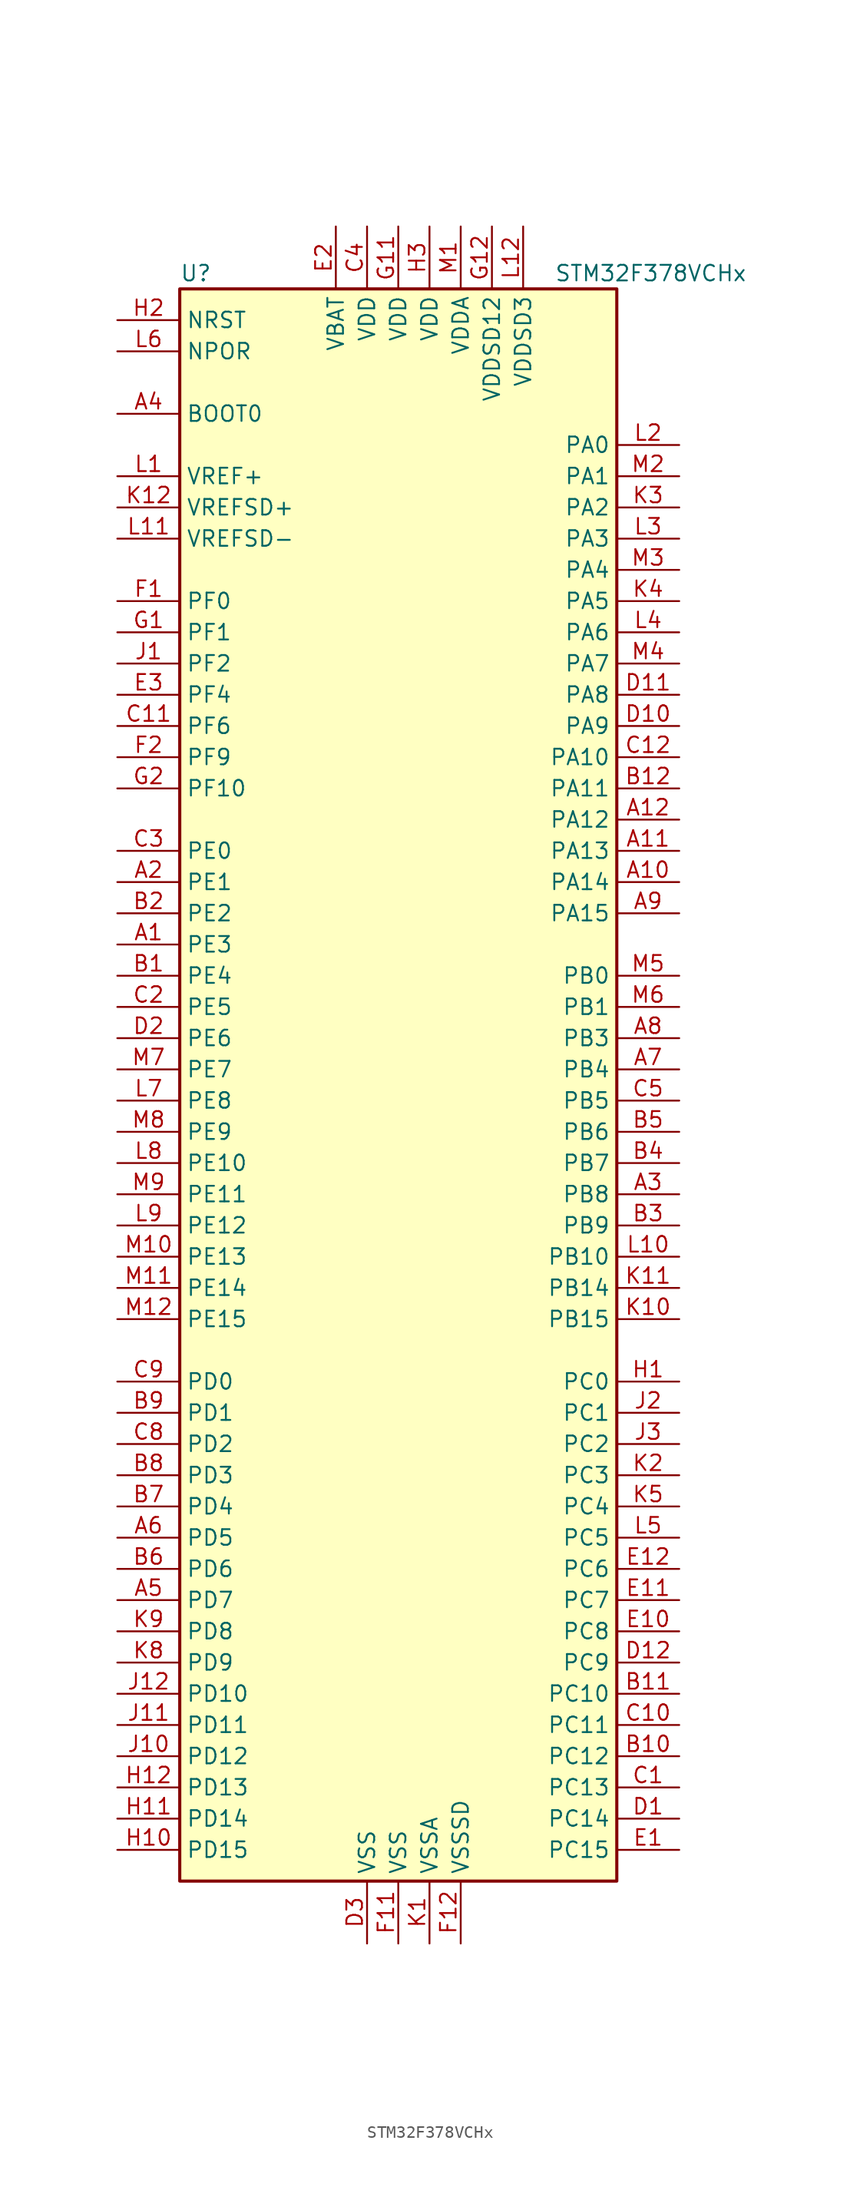
<source format=kicad_sym>
(kicad_symbol_lib
  (version 20201005)
  (generator kicad_symbol_editor)
  (symbol "MCU_ST_STM32F3:STM32F378VCHx"
    (property "Reference" "U"
      (at -17.78 64.77 0)
      (effects (font (size 1.27 1.27)) (justify left)))
    (property "Value" "STM32F378VCHx"
      (at 12.7 64.77 0)
      (effects (font (size 1.27 1.27)) (justify left)))
    (symbol "STM32F378VCHx_0_1"
      (rectangle (start -17.78 -66.04) (end 17.78 63.5) (stroke (width 0.254)) (fill (type background))))
    (symbol "STM32F378VCHx_1_1"
      (pin input line (at -22.86 53.34 0) (length 5.08) (name "BOOT0" (effects (font (size 1.27 1.27)))) (number "A4" (effects (font (size 1.27 1.27)))))
      (pin input line (at -22.86 58.42 0) (length 5.08) (name "NPOR" (effects (font (size 1.27 1.27)))) (number "L6" (effects (font (size 1.27 1.27)))))
      (pin input line (at -22.86 60.96 0) (length 5.08) (name "NRST" (effects (font (size 1.27 1.27)))) (number "H2" (effects (font (size 1.27 1.27)))))
      (pin bidirectional line (at 22.86 50.8 180) (length 5.08) (name "PA0" (effects (font (size 1.27 1.27)))) (number "L2" (effects (font (size 1.27 1.27)))))
      (pin bidirectional line (at 22.86 48.26 180) (length 5.08) (name "PA1" (effects (font (size 1.27 1.27)))) (number "M2" (effects (font (size 1.27 1.27)))))
      (pin bidirectional line (at 22.86 25.4 180) (length 5.08) (name "PA10" (effects (font (size 1.27 1.27)))) (number "C12" (effects (font (size 1.27 1.27)))))
      (pin bidirectional line (at 22.86 22.86 180) (length 5.08) (name "PA11" (effects (font (size 1.27 1.27)))) (number "B12" (effects (font (size 1.27 1.27)))))
      (pin bidirectional line (at 22.86 20.32 180) (length 5.08) (name "PA12" (effects (font (size 1.27 1.27)))) (number "A12" (effects (font (size 1.27 1.27)))))
      (pin bidirectional line (at 22.86 17.78 180) (length 5.08) (name "PA13" (effects (font (size 1.27 1.27)))) (number "A11" (effects (font (size 1.27 1.27)))))
      (pin bidirectional line (at 22.86 15.24 180) (length 5.08) (name "PA14" (effects (font (size 1.27 1.27)))) (number "A10" (effects (font (size 1.27 1.27)))))
      (pin bidirectional line (at 22.86 12.7 180) (length 5.08) (name "PA15" (effects (font (size 1.27 1.27)))) (number "A9" (effects (font (size 1.27 1.27)))))
      (pin bidirectional line (at 22.86 45.72 180) (length 5.08) (name "PA2" (effects (font (size 1.27 1.27)))) (number "K3" (effects (font (size 1.27 1.27)))))
      (pin bidirectional line (at 22.86 43.18 180) (length 5.08) (name "PA3" (effects (font (size 1.27 1.27)))) (number "L3" (effects (font (size 1.27 1.27)))))
      (pin bidirectional line (at 22.86 40.64 180) (length 5.08) (name "PA4" (effects (font (size 1.27 1.27)))) (number "M3" (effects (font (size 1.27 1.27)))))
      (pin bidirectional line (at 22.86 38.1 180) (length 5.08) (name "PA5" (effects (font (size 1.27 1.27)))) (number "K4" (effects (font (size 1.27 1.27)))))
      (pin bidirectional line (at 22.86 35.56 180) (length 5.08) (name "PA6" (effects (font (size 1.27 1.27)))) (number "L4" (effects (font (size 1.27 1.27)))))
      (pin bidirectional line (at 22.86 33.02 180) (length 5.08) (name "PA7" (effects (font (size 1.27 1.27)))) (number "M4" (effects (font (size 1.27 1.27)))))
      (pin bidirectional line (at 22.86 30.48 180) (length 5.08) (name "PA8" (effects (font (size 1.27 1.27)))) (number "D11" (effects (font (size 1.27 1.27)))))
      (pin bidirectional line (at 22.86 27.94 180) (length 5.08) (name "PA9" (effects (font (size 1.27 1.27)))) (number "D10" (effects (font (size 1.27 1.27)))))
      (pin bidirectional line (at 22.86 7.62 180) (length 5.08) (name "PB0" (effects (font (size 1.27 1.27)))) (number "M5" (effects (font (size 1.27 1.27)))))
      (pin bidirectional line (at 22.86 5.08 180) (length 5.08) (name "PB1" (effects (font (size 1.27 1.27)))) (number "M6" (effects (font (size 1.27 1.27)))))
      (pin bidirectional line (at 22.86 -15.24 180) (length 5.08) (name "PB10" (effects (font (size 1.27 1.27)))) (number "L10" (effects (font (size 1.27 1.27)))))
      (pin bidirectional line (at 22.86 -17.78 180) (length 5.08) (name "PB14" (effects (font (size 1.27 1.27)))) (number "K11" (effects (font (size 1.27 1.27)))))
      (pin bidirectional line (at 22.86 -20.32 180) (length 5.08) (name "PB15" (effects (font (size 1.27 1.27)))) (number "K10" (effects (font (size 1.27 1.27)))))
      (pin bidirectional line (at 22.86 2.54 180) (length 5.08) (name "PB3" (effects (font (size 1.27 1.27)))) (number "A8" (effects (font (size 1.27 1.27)))))
      (pin bidirectional line (at 22.86 0 180) (length 5.08) (name "PB4" (effects (font (size 1.27 1.27)))) (number "A7" (effects (font (size 1.27 1.27)))))
      (pin bidirectional line (at 22.86 -2.54 180) (length 5.08) (name "PB5" (effects (font (size 1.27 1.27)))) (number "C5" (effects (font (size 1.27 1.27)))))
      (pin bidirectional line (at 22.86 -5.08 180) (length 5.08) (name "PB6" (effects (font (size 1.27 1.27)))) (number "B5" (effects (font (size 1.27 1.27)))))
      (pin bidirectional line (at 22.86 -7.62 180) (length 5.08) (name "PB7" (effects (font (size 1.27 1.27)))) (number "B4" (effects (font (size 1.27 1.27)))))
      (pin bidirectional line (at 22.86 -10.16 180) (length 5.08) (name "PB8" (effects (font (size 1.27 1.27)))) (number "A3" (effects (font (size 1.27 1.27)))))
      (pin bidirectional line (at 22.86 -12.7 180) (length 5.08) (name "PB9" (effects (font (size 1.27 1.27)))) (number "B3" (effects (font (size 1.27 1.27)))))
      (pin bidirectional line (at 22.86 -25.4 180) (length 5.08) (name "PC0" (effects (font (size 1.27 1.27)))) (number "H1" (effects (font (size 1.27 1.27)))))
      (pin bidirectional line (at 22.86 -27.94 180) (length 5.08) (name "PC1" (effects (font (size 1.27 1.27)))) (number "J2" (effects (font (size 1.27 1.27)))))
      (pin bidirectional line (at 22.86 -50.8 180) (length 5.08) (name "PC10" (effects (font (size 1.27 1.27)))) (number "B11" (effects (font (size 1.27 1.27)))))
      (pin bidirectional line (at 22.86 -53.34 180) (length 5.08) (name "PC11" (effects (font (size 1.27 1.27)))) (number "C10" (effects (font (size 1.27 1.27)))))
      (pin bidirectional line (at 22.86 -55.88 180) (length 5.08) (name "PC12" (effects (font (size 1.27 1.27)))) (number "B10" (effects (font (size 1.27 1.27)))))
      (pin bidirectional line (at 22.86 -58.42 180) (length 5.08) (name "PC13" (effects (font (size 1.27 1.27)))) (number "C1" (effects (font (size 1.27 1.27)))))
      (pin bidirectional line (at 22.86 -60.96 180) (length 5.08) (name "PC14" (effects (font (size 1.27 1.27)))) (number "D1" (effects (font (size 1.27 1.27)))))
      (pin bidirectional line (at 22.86 -63.5 180) (length 5.08) (name "PC15" (effects (font (size 1.27 1.27)))) (number "E1" (effects (font (size 1.27 1.27)))))
      (pin bidirectional line (at 22.86 -30.48 180) (length 5.08) (name "PC2" (effects (font (size 1.27 1.27)))) (number "J3" (effects (font (size 1.27 1.27)))))
      (pin bidirectional line (at 22.86 -33.02 180) (length 5.08) (name "PC3" (effects (font (size 1.27 1.27)))) (number "K2" (effects (font (size 1.27 1.27)))))
      (pin bidirectional line (at 22.86 -35.56 180) (length 5.08) (name "PC4" (effects (font (size 1.27 1.27)))) (number "K5" (effects (font (size 1.27 1.27)))))
      (pin bidirectional line (at 22.86 -38.1 180) (length 5.08) (name "PC5" (effects (font (size 1.27 1.27)))) (number "L5" (effects (font (size 1.27 1.27)))))
      (pin bidirectional line (at 22.86 -40.64 180) (length 5.08) (name "PC6" (effects (font (size 1.27 1.27)))) (number "E12" (effects (font (size 1.27 1.27)))))
      (pin bidirectional line (at 22.86 -43.18 180) (length 5.08) (name "PC7" (effects (font (size 1.27 1.27)))) (number "E11" (effects (font (size 1.27 1.27)))))
      (pin bidirectional line (at 22.86 -45.72 180) (length 5.08) (name "PC8" (effects (font (size 1.27 1.27)))) (number "E10" (effects (font (size 1.27 1.27)))))
      (pin bidirectional line (at 22.86 -48.26 180) (length 5.08) (name "PC9" (effects (font (size 1.27 1.27)))) (number "D12" (effects (font (size 1.27 1.27)))))
      (pin bidirectional line (at -22.86 -25.4 0) (length 5.08) (name "PD0" (effects (font (size 1.27 1.27)))) (number "C9" (effects (font (size 1.27 1.27)))))
      (pin bidirectional line (at -22.86 -27.94 0) (length 5.08) (name "PD1" (effects (font (size 1.27 1.27)))) (number "B9" (effects (font (size 1.27 1.27)))))
      (pin bidirectional line (at -22.86 -50.8 0) (length 5.08) (name "PD10" (effects (font (size 1.27 1.27)))) (number "J12" (effects (font (size 1.27 1.27)))))
      (pin bidirectional line (at -22.86 -53.34 0) (length 5.08) (name "PD11" (effects (font (size 1.27 1.27)))) (number "J11" (effects (font (size 1.27 1.27)))))
      (pin bidirectional line (at -22.86 -55.88 0) (length 5.08) (name "PD12" (effects (font (size 1.27 1.27)))) (number "J10" (effects (font (size 1.27 1.27)))))
      (pin bidirectional line (at -22.86 -58.42 0) (length 5.08) (name "PD13" (effects (font (size 1.27 1.27)))) (number "H12" (effects (font (size 1.27 1.27)))))
      (pin bidirectional line (at -22.86 -60.96 0) (length 5.08) (name "PD14" (effects (font (size 1.27 1.27)))) (number "H11" (effects (font (size 1.27 1.27)))))
      (pin bidirectional line (at -22.86 -63.5 0) (length 5.08) (name "PD15" (effects (font (size 1.27 1.27)))) (number "H10" (effects (font (size 1.27 1.27)))))
      (pin bidirectional line (at -22.86 -30.48 0) (length 5.08) (name "PD2" (effects (font (size 1.27 1.27)))) (number "C8" (effects (font (size 1.27 1.27)))))
      (pin bidirectional line (at -22.86 -33.02 0) (length 5.08) (name "PD3" (effects (font (size 1.27 1.27)))) (number "B8" (effects (font (size 1.27 1.27)))))
      (pin bidirectional line (at -22.86 -35.56 0) (length 5.08) (name "PD4" (effects (font (size 1.27 1.27)))) (number "B7" (effects (font (size 1.27 1.27)))))
      (pin bidirectional line (at -22.86 -38.1 0) (length 5.08) (name "PD5" (effects (font (size 1.27 1.27)))) (number "A6" (effects (font (size 1.27 1.27)))))
      (pin bidirectional line (at -22.86 -40.64 0) (length 5.08) (name "PD6" (effects (font (size 1.27 1.27)))) (number "B6" (effects (font (size 1.27 1.27)))))
      (pin bidirectional line (at -22.86 -43.18 0) (length 5.08) (name "PD7" (effects (font (size 1.27 1.27)))) (number "A5" (effects (font (size 1.27 1.27)))))
      (pin bidirectional line (at -22.86 -45.72 0) (length 5.08) (name "PD8" (effects (font (size 1.27 1.27)))) (number "K9" (effects (font (size 1.27 1.27)))))
      (pin bidirectional line (at -22.86 -48.26 0) (length 5.08) (name "PD9" (effects (font (size 1.27 1.27)))) (number "K8" (effects (font (size 1.27 1.27)))))
      (pin bidirectional line (at -22.86 17.78 0) (length 5.08) (name "PE0" (effects (font (size 1.27 1.27)))) (number "C3" (effects (font (size 1.27 1.27)))))
      (pin bidirectional line (at -22.86 15.24 0) (length 5.08) (name "PE1" (effects (font (size 1.27 1.27)))) (number "A2" (effects (font (size 1.27 1.27)))))
      (pin bidirectional line (at -22.86 -7.62 0) (length 5.08) (name "PE10" (effects (font (size 1.27 1.27)))) (number "L8" (effects (font (size 1.27 1.27)))))
      (pin bidirectional line (at -22.86 -10.16 0) (length 5.08) (name "PE11" (effects (font (size 1.27 1.27)))) (number "M9" (effects (font (size 1.27 1.27)))))
      (pin bidirectional line (at -22.86 -12.7 0) (length 5.08) (name "PE12" (effects (font (size 1.27 1.27)))) (number "L9" (effects (font (size 1.27 1.27)))))
      (pin bidirectional line (at -22.86 -15.24 0) (length 5.08) (name "PE13" (effects (font (size 1.27 1.27)))) (number "M10" (effects (font (size 1.27 1.27)))))
      (pin bidirectional line (at -22.86 -17.78 0) (length 5.08) (name "PE14" (effects (font (size 1.27 1.27)))) (number "M11" (effects (font (size 1.27 1.27)))))
      (pin bidirectional line (at -22.86 -20.32 0) (length 5.08) (name "PE15" (effects (font (size 1.27 1.27)))) (number "M12" (effects (font (size 1.27 1.27)))))
      (pin bidirectional line (at -22.86 12.7 0) (length 5.08) (name "PE2" (effects (font (size 1.27 1.27)))) (number "B2" (effects (font (size 1.27 1.27)))))
      (pin bidirectional line (at -22.86 10.16 0) (length 5.08) (name "PE3" (effects (font (size 1.27 1.27)))) (number "A1" (effects (font (size 1.27 1.27)))))
      (pin bidirectional line (at -22.86 7.62 0) (length 5.08) (name "PE4" (effects (font (size 1.27 1.27)))) (number "B1" (effects (font (size 1.27 1.27)))))
      (pin bidirectional line (at -22.86 5.08 0) (length 5.08) (name "PE5" (effects (font (size 1.27 1.27)))) (number "C2" (effects (font (size 1.27 1.27)))))
      (pin bidirectional line (at -22.86 2.54 0) (length 5.08) (name "PE6" (effects (font (size 1.27 1.27)))) (number "D2" (effects (font (size 1.27 1.27)))))
      (pin bidirectional line (at -22.86 0 0) (length 5.08) (name "PE7" (effects (font (size 1.27 1.27)))) (number "M7" (effects (font (size 1.27 1.27)))))
      (pin bidirectional line (at -22.86 -2.54 0) (length 5.08) (name "PE8" (effects (font (size 1.27 1.27)))) (number "L7" (effects (font (size 1.27 1.27)))))
      (pin bidirectional line (at -22.86 -5.08 0) (length 5.08) (name "PE9" (effects (font (size 1.27 1.27)))) (number "M8" (effects (font (size 1.27 1.27)))))
      (pin input line (at -22.86 38.1 0) (length 5.08) (name "PF0" (effects (font (size 1.27 1.27)))) (number "F1" (effects (font (size 1.27 1.27)))))
      (pin input line (at -22.86 35.56 0) (length 5.08) (name "PF1" (effects (font (size 1.27 1.27)))) (number "G1" (effects (font (size 1.27 1.27)))))
      (pin bidirectional line (at -22.86 22.86 0) (length 5.08) (name "PF10" (effects (font (size 1.27 1.27)))) (number "G2" (effects (font (size 1.27 1.27)))))
      (pin bidirectional line (at -22.86 33.02 0) (length 5.08) (name "PF2" (effects (font (size 1.27 1.27)))) (number "J1" (effects (font (size 1.27 1.27)))))
      (pin bidirectional line (at -22.86 30.48 0) (length 5.08) (name "PF4" (effects (font (size 1.27 1.27)))) (number "E3" (effects (font (size 1.27 1.27)))))
      (pin bidirectional line (at -22.86 27.94 0) (length 5.08) (name "PF6" (effects (font (size 1.27 1.27)))) (number "C11" (effects (font (size 1.27 1.27)))))
      (pin bidirectional line (at -22.86 25.4 0) (length 5.08) (name "PF9" (effects (font (size 1.27 1.27)))) (number "F2" (effects (font (size 1.27 1.27)))))
      (pin power_in line (at -5.08 68.58 270) (length 5.08) (name "VBAT" (effects (font (size 1.27 1.27)))) (number "E2" (effects (font (size 1.27 1.27)))))
      (pin power_in line (at -2.54 68.58 270) (length 5.08) (name "VDD" (effects (font (size 1.27 1.27)))) (number "C4" (effects (font (size 1.27 1.27)))))
      (pin power_in line (at 0 68.58 270) (length 5.08) (name "VDD" (effects (font (size 1.27 1.27)))) (number "G11" (effects (font (size 1.27 1.27)))))
      (pin power_in line (at 2.54 68.58 270) (length 5.08) (name "VDD" (effects (font (size 1.27 1.27)))) (number "H3" (effects (font (size 1.27 1.27)))))
      (pin power_in line (at 5.08 68.58 270) (length 5.08) (name "VDDA" (effects (font (size 1.27 1.27)))) (number "M1" (effects (font (size 1.27 1.27)))))
      (pin power_in line (at 7.62 68.58 270) (length 5.08) (name "VDDSD12" (effects (font (size 1.27 1.27)))) (number "G12" (effects (font (size 1.27 1.27)))))
      (pin power_in line (at 10.16 68.58 270) (length 5.08) (name "VDDSD3" (effects (font (size 1.27 1.27)))) (number "L12" (effects (font (size 1.27 1.27)))))
      (pin power_in line (at -22.86 48.26 0) (length 5.08) (name "VREF+" (effects (font (size 1.27 1.27)))) (number "L1" (effects (font (size 1.27 1.27)))))
      (pin power_in line (at -22.86 45.72 0) (length 5.08) (name "VREFSD+" (effects (font (size 1.27 1.27)))) (number "K12" (effects (font (size 1.27 1.27)))))
      (pin power_in line (at -22.86 43.18 0) (length 5.08) (name "VREFSD-" (effects (font (size 1.27 1.27)))) (number "L11" (effects (font (size 1.27 1.27)))))
      (pin power_in line (at -2.54 -71.12 90) (length 5.08) (name "VSS" (effects (font (size 1.27 1.27)))) (number "D3" (effects (font (size 1.27 1.27)))))
      (pin power_in line (at 0 -71.12 90) (length 5.08) (name "VSS" (effects (font (size 1.27 1.27)))) (number "F11" (effects (font (size 1.27 1.27)))))
      (pin power_in line (at 2.54 -71.12 90) (length 5.08) (name "VSSA" (effects (font (size 1.27 1.27)))) (number "K1" (effects (font (size 1.27 1.27)))))
      (pin power_in line (at 5.08 -71.12 90) (length 5.08) (name "VSSSD" (effects (font (size 1.27 1.27)))) (number "F12" (effects (font (size 1.27 1.27))))))))
</source>
